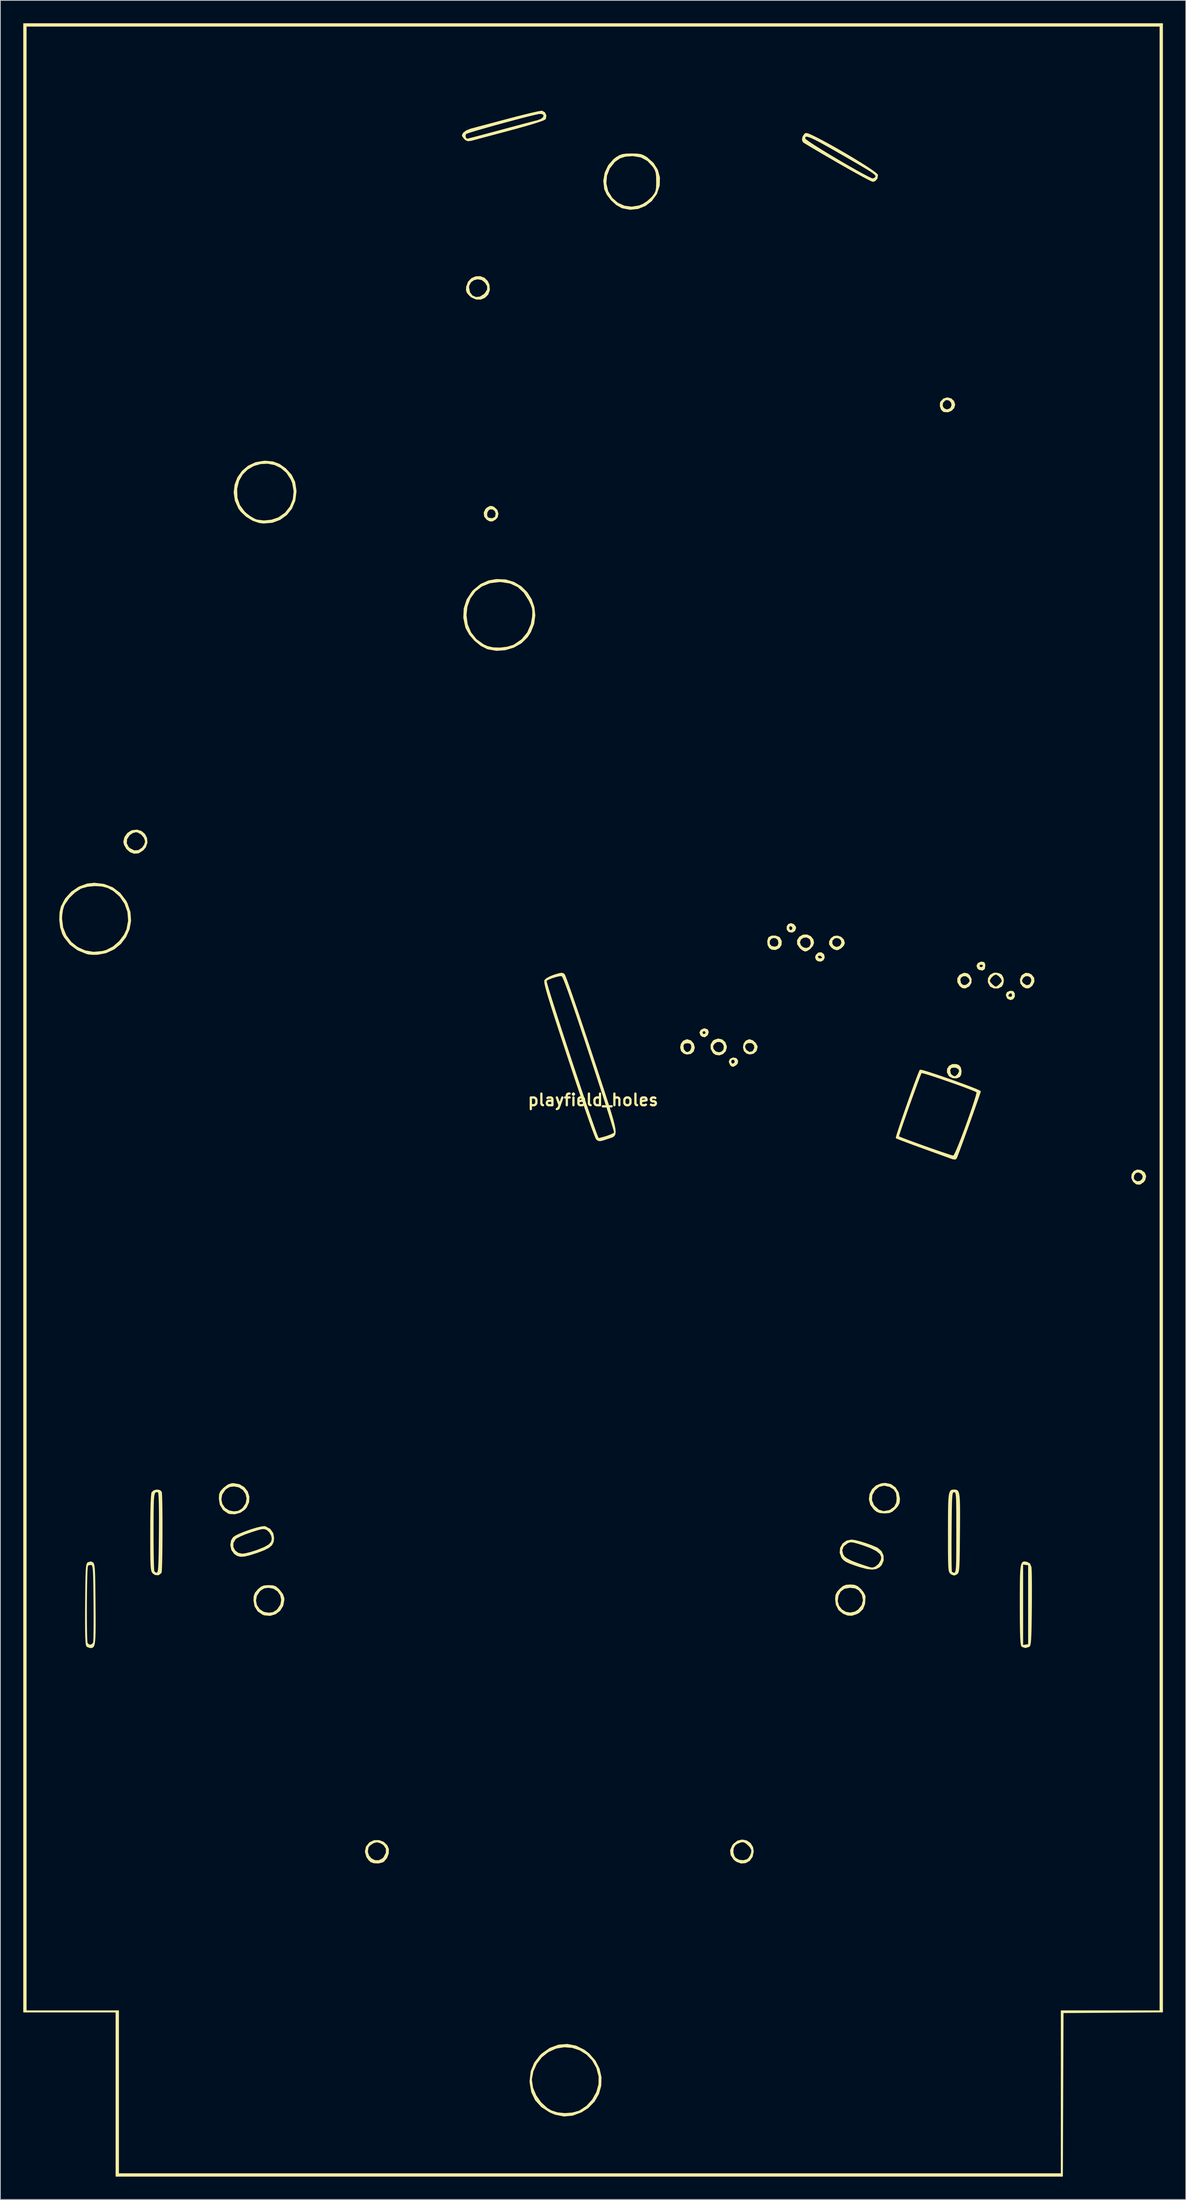
<source format=kicad_pcb>
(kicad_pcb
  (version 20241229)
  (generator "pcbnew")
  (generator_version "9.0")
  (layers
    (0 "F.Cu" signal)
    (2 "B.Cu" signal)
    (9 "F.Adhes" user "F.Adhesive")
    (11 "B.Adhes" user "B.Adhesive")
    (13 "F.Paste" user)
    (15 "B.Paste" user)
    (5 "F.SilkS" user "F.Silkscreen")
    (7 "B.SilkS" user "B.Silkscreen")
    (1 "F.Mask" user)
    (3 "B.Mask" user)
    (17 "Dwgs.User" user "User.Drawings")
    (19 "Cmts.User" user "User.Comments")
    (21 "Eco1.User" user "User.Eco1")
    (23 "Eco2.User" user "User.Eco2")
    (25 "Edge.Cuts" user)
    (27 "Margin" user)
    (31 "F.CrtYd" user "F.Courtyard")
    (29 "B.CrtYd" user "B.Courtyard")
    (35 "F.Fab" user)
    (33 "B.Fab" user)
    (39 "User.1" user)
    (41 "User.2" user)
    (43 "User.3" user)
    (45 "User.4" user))
  (footprint "playfield_holes"
    (layer "F.Cu")
    (at 74.736 141.18)
    (property "Reference" "playfield_holes" (at 0 0 0) (layer "F.SilkS") (effects (font (size 1.524 1.524) (thickness 0.3))))
    (attr through_hole)
    (fp_poly (pts (xy 15.125 -8.906) (xy 15 -8.533) (xy 14.964 -8.487) (xy 14.803 -8.38) (xy 14.803 -8.831) (xy 14.668 -9.054) (xy 14.55 -9.083) (xy 14.327 -8.949) (xy 14.298 -8.831) (xy 14.433 -8.608) (xy 14.55 -8.579) (xy 14.773 -8.713) (xy 14.803 -8.831) (xy 14.803 -8.38) (xy 14.621 -8.259) (xy 14.264 -8.365) (xy 14.118 -8.509) (xy 14.001 -8.85) (xy 14.154 -9.154) (xy 14.514 -9.325) (xy 14.65 -9.336) (xy 14.996 -9.21) (xy 15.125 -8.906)) (stroke (width 0.1) (type solid)) (fill yes) (layer "F.SilkS"))
    (fp_poly (pts (xy 26.577 -22.54) (xy 26.438 -22.185) (xy 26.173 -22.035) (xy 26.173 -22.637) (xy 25.988 -22.818) (xy 25.758 -22.806) (xy 25.663 -22.594) (xy 25.733 -22.328) (xy 25.913 -22.204) (xy 26.12 -22.326) (xy 26.166 -22.387) (xy 26.173 -22.637) (xy 26.173 -22.035) (xy 26.106 -21.997) (xy 25.713 -22.046) (xy 25.69 -22.058) (xy 25.44 -22.359) (xy 25.442 -22.748) (xy 25.642 -23.036) (xy 25.977 -23.132) (xy 26.324 -22.996) (xy 26.551 -22.699) (xy 26.577 -22.54)) (stroke (width 0.1) (type solid)) (fill yes) (layer "F.SilkS"))
    (fp_poly (pts (xy 30.329 -18.651) (xy 30.161 -18.343) (xy 30.068 -18.296) (xy 30.068 -18.714) (xy 29.887 -18.923) (xy 29.633 -18.975) (xy 29.454 -18.855) (xy 29.437 -18.768) (xy 29.579 -18.55) (xy 29.788 -18.503) (xy 30.044 -18.584) (xy 30.068 -18.714) (xy 30.068 -18.296) (xy 29.849 -18.184) (xy 29.488 -18.237) (xy 29.278 -18.408) (xy 29.164 -18.709) (xy 29.263 -18.997) (xy 29.56 -19.283) (xy 29.926 -19.316) (xy 30.232 -19.09) (xy 30.258 -19.046) (xy 30.329 -18.651)) (stroke (width 0.1) (type solid)) (fill yes) (layer "F.SilkS"))
    (fp_poly (pts (xy 18.963 -5.175) (xy 18.943 -4.836) (xy 18.744 -4.597) (xy 18.616 -4.522) (xy 18.616 -5.149) (xy 18.438 -5.321) (xy 18.194 -5.301) (xy 18.148 -5.263) (xy 18.054 -4.998) (xy 18.176 -4.763) (xy 18.335 -4.71) (xy 18.551 -4.832) (xy 18.596 -4.893) (xy 18.616 -5.149) (xy 18.616 -4.522) (xy 18.408 -4.4) (xy 18.174 -4.446) (xy 18.005 -4.618) (xy 17.844 -5.009) (xy 17.975 -5.343) (xy 18.358 -5.518) (xy 18.364 -5.519) (xy 18.754 -5.441) (xy 18.963 -5.175)) (stroke (width 0.1) (type solid)) (fill yes) (layer "F.SilkS"))
    (fp_poly (pts (xy 51.389 -17.578) (xy 51.325 -17.192) (xy 51.187 -17.097) (xy 51.187 -17.576) (xy 51.079 -17.742) (xy 50.926 -17.798) (xy 50.676 -17.733) (xy 50.632 -17.578) (xy 50.749 -17.389) (xy 50.985 -17.371) (xy 51.171 -17.523) (xy 51.187 -17.576) (xy 51.187 -17.097) (xy 51.097 -17.034) (xy 51.038 -17.023) (xy 50.648 -17.102) (xy 50.459 -17.248) (xy 50.336 -17.594) (xy 50.486 -17.901) (xy 50.848 -18.072) (xy 50.987 -18.083) (xy 51.275 -18.025) (xy 51.38 -17.783) (xy 51.389 -17.578)) (stroke (width 0.1) (type solid)) (fill yes) (layer "F.SilkS"))
    (fp_poly (pts (xy 55.267 -13.545) (xy 55.067 -13.253) (xy 55.005 -13.232) (xy 55.005 -13.681) (xy 54.932 -13.966) (xy 54.895 -14.016) (xy 54.7 -14.028) (xy 54.492 -13.866) (xy 54.411 -13.654) (xy 54.428 -13.606) (xy 54.649 -13.465) (xy 54.9 -13.506) (xy 55.005 -13.681) (xy 55.005 -13.232) (xy 54.751 -13.147) (xy 54.412 -13.289) (xy 54.339 -13.365) (xy 54.178 -13.756) (xy 54.309 -14.09) (xy 54.692 -14.265) (xy 54.698 -14.266) (xy 55.072 -14.227) (xy 55.257 -13.963) (xy 55.267 -13.545)) (stroke (width 0.1) (type solid)) (fill yes) (layer "F.SilkS"))
    (fp_poly (pts (xy 72.49 9.995) (xy 72.374 10.488) (xy 72.163 10.766) (xy 72.138 10.781) (xy 72.138 10.001) (xy 71.948 9.656) (xy 71.551 9.456) (xy 71.517 9.45) (xy 71.171 9.54) (xy 70.934 9.838) (xy 70.868 10.221) (xy 70.988 10.516) (xy 71.341 10.718) (xy 71.749 10.661) (xy 72.061 10.387) (xy 72.138 10.001) (xy 72.138 10.781) (xy 71.699 11.061) (xy 71.246 11.021) (xy 70.846 10.679) (xy 70.634 10.198) (xy 70.689 9.734) (xy 70.954 9.367) (xy 71.373 9.177) (xy 71.865 9.234) (xy 72.315 9.549) (xy 72.49 9.995)) (stroke (width 0.1) (type solid)) (fill yes) (layer "F.SilkS"))
    (fp_poly (pts (xy 49.59 -15.869) (xy 49.575 -15.36) (xy 49.418 -15.114) (xy 49.418 -15.528) (xy 49.395 -15.795) (xy 49.228 -16.057) (xy 48.908 -16.274) (xy 48.53 -16.268) (xy 48.222 -16.072) (xy 48.109 -15.758) (xy 48.223 -15.279) (xy 48.513 -15.025) (xy 48.897 -15.036) (xy 49.19 -15.235) (xy 49.418 -15.528) (xy 49.418 -15.114) (xy 49.309 -14.942) (xy 49.249 -14.896) (xy 48.798 -14.665) (xy 48.427 -14.718) (xy 48.109 -14.971) (xy 47.823 -15.442) (xy 47.816 -15.934) (xy 48.087 -16.346) (xy 48.146 -16.391) (xy 48.662 -16.629) (xy 49.101 -16.549) (xy 49.344 -16.345) (xy 49.59 -15.869)) (stroke (width 0.1) (type solid)) (fill yes) (layer "F.SilkS"))
    (fp_poly (pts (xy 57.832 -15.511) (xy 57.584 -15.031) (xy 57.528 -14.971) (xy 57.528 -15.758) (xy 57.393 -16.097) (xy 57.073 -16.277) (xy 56.695 -16.264) (xy 56.409 -16.057) (xy 56.21 -15.713) (xy 56.258 -15.454) (xy 56.447 -15.235) (xy 56.845 -14.99) (xy 57.218 -15.08) (xy 57.327 -15.173) (xy 57.49 -15.495) (xy 57.528 -15.758) (xy 57.528 -14.971) (xy 57.139 -14.685) (xy 56.761 -14.688) (xy 56.388 -14.896) (xy 56.088 -15.288) (xy 56.028 -15.786) (xy 56.213 -16.255) (xy 56.322 -16.375) (xy 56.744 -16.623) (xy 57.182 -16.57) (xy 57.491 -16.391) (xy 57.8 -15.998) (xy 57.832 -15.511)) (stroke (width 0.1) (type solid)) (fill yes) (layer "F.SilkS"))
    (fp_poly (pts (xy -12.46 -76.866) (xy -12.567 -76.403) (xy -12.723 -76.231) (xy -12.723 -76.89) (xy -12.86 -77.248) (xy -13.148 -77.473) (xy -13.509 -77.487) (xy -13.717 -77.371) (xy -13.908 -77.064) (xy -13.952 -76.682) (xy -13.844 -76.379) (xy -13.751 -76.311) (xy -13.248 -76.22) (xy -12.885 -76.381) (xy -12.814 -76.476) (xy -12.723 -76.89) (xy -12.723 -76.231) (xy -12.812 -76.132) (xy -13.225 -75.903) (xy -13.567 -75.919) (xy -13.924 -76.125) (xy -14.243 -76.523) (xy -14.293 -77.006) (xy -14.08 -77.463) (xy -13.858 -77.658) (xy -13.509 -77.843) (xy -13.222 -77.821) (xy -12.975 -77.699) (xy -12.6 -77.335) (xy -12.46 -76.866)) (stroke (width 0.1) (type solid)) (fill yes) (layer "F.SilkS"))
    (fp_poly (pts (xy 13.289 -6.862) (xy 13.149 -6.378) (xy 12.923 -6.188) (xy 12.923 -7.098) (xy 12.806 -7.383) (xy 12.501 -7.481) (xy 12.364 -7.485) (xy 11.984 -7.427) (xy 11.824 -7.202) (xy 11.804 -7.098) (xy 11.857 -6.66) (xy 12.089 -6.329) (xy 12.364 -6.224) (xy 12.642 -6.342) (xy 12.776 -6.467) (xy 12.916 -6.821) (xy 12.923 -7.098) (xy 12.923 -6.188) (xy 12.789 -6.076) (xy 12.298 -6.004) (xy 11.925 -6.116) (xy 11.582 -6.44) (xy 11.469 -6.882) (xy 11.562 -7.34) (xy 11.834 -7.714) (xy 12.262 -7.9) (xy 12.364 -7.906) (xy 12.817 -7.755) (xy 13.156 -7.372) (xy 13.289 -6.862)) (stroke (width 0.1) (type solid)) (fill yes) (layer "F.SilkS"))
    (fp_poly (pts (xy 17.494 -6.911) (xy 17.358 -6.41) (xy 17.195 -6.244) (xy 17.195 -7.075) (xy 17.004 -7.443) (xy 16.66 -7.651) (xy 16.251 -7.642) (xy 15.902 -7.408) (xy 15.693 -7.086) (xy 15.735 -6.752) (xy 15.782 -6.644) (xy 16.075 -6.318) (xy 16.484 -6.201) (xy 16.883 -6.296) (xy 17.147 -6.602) (xy 17.195 -7.075) (xy 17.195 -6.244) (xy 17.012 -6.057) (xy 16.554 -5.893) (xy 16.079 -5.957) (xy 15.769 -6.182) (xy 15.473 -6.711) (xy 15.463 -7.25) (xy 15.733 -7.709) (xy 15.888 -7.832) (xy 16.405 -8.002) (xy 16.903 -7.893) (xy 17.293 -7.557) (xy 17.487 -7.044) (xy 17.494 -6.911)) (stroke (width 0.1) (type solid)) (fill yes) (layer "F.SilkS"))
    (fp_poly (pts (xy 21.531 -6.929) (xy 21.389 -6.433) (xy 21.195 -6.26) (xy 21.195 -6.808) (xy 21.145 -7.198) (xy 20.868 -7.468) (xy 20.772 -7.501) (xy 20.292 -7.504) (xy 19.976 -7.292) (xy 19.878 -6.95) (xy 20.051 -6.557) (xy 20.113 -6.488) (xy 20.511 -6.243) (xy 20.885 -6.333) (xy 20.993 -6.426) (xy 21.195 -6.808) (xy 21.195 -6.26) (xy 21.026 -6.108) (xy 20.538 -6.013) (xy 20.167 -6.116) (xy 19.826 -6.437) (xy 19.704 -6.879) (xy 19.778 -7.338) (xy 20.03 -7.713) (xy 20.436 -7.9) (xy 20.534 -7.906) (xy 20.933 -7.769) (xy 21.303 -7.44) (xy 21.516 -7.045) (xy 21.531 -6.929)) (stroke (width 0.1) (type solid)) (fill yes) (layer "F.SilkS"))
    (fp_poly (pts (xy 24.698 -20.821) (xy 24.661 -20.322) (xy 24.42 -19.959) (xy 24.359 -19.928) (xy 24.359 -20.553) (xy 24.283 -20.973) (xy 24.013 -21.228) (xy 23.655 -21.293) (xy 23.316 -21.146) (xy 23.122 -20.835) (xy 23.134 -20.422) (xy 23.401 -20.132) (xy 23.847 -20.048) (xy 23.872 -20.051) (xy 24.219 -20.182) (xy 24.356 -20.527) (xy 24.359 -20.553) (xy 24.359 -19.928) (xy 23.939 -19.711) (xy 23.438 -19.751) (xy 23.141 -19.945) (xy 22.933 -20.339) (xy 22.889 -20.832) (xy 23.017 -21.253) (xy 23.079 -21.329) (xy 23.455 -21.503) (xy 23.946 -21.502) (xy 24.381 -21.335) (xy 24.463 -21.267) (xy 24.698 -20.821)) (stroke (width 0.1) (type solid)) (fill yes) (layer "F.SilkS"))
    (fp_poly (pts (xy 32.97 -20.569) (xy 32.833 -20.244) (xy 32.622 -20.034) (xy 32.622 -20.585) (xy 32.554 -20.94) (xy 32.295 -21.201) (xy 31.917 -21.284) (xy 31.624 -21.195) (xy 31.349 -20.9) (xy 31.319 -20.531) (xy 31.501 -20.2) (xy 31.862 -20.024) (xy 31.96 -20.017) (xy 32.313 -20.129) (xy 32.431 -20.219) (xy 32.622 -20.585) (xy 32.622 -20.034) (xy 32.507 -19.92) (xy 32.123 -19.709) (xy 31.96 -19.681) (xy 31.594 -19.795) (xy 31.287 -20.017) (xy 31.002 -20.407) (xy 31.005 -20.784) (xy 31.213 -21.157) (xy 31.591 -21.452) (xy 32.057 -21.504) (xy 32.51 -21.345) (xy 32.847 -21.01) (xy 32.97 -20.569)) (stroke (width 0.1) (type solid)) (fill yes) (layer "F.SilkS"))
    (fp_poly (pts (xy 47.441 -91.163) (xy 47.311 -90.737) (xy 47.071 -90.489) (xy 47.071 -91.117) (xy 46.98 -91.484) (xy 46.721 -91.75) (xy 46.368 -91.828) (xy 46.132 -91.741) (xy 45.846 -91.411) (xy 45.802 -91.02) (xy 45.973 -90.681) (xy 46.333 -90.504) (xy 46.426 -90.498) (xy 46.782 -90.619) (xy 46.924 -90.742) (xy 47.071 -91.117) (xy 47.071 -90.489) (xy 46.984 -90.399) (xy 46.53 -90.215) (xy 46.016 -90.254) (xy 45.953 -90.277) (xy 45.68 -90.541) (xy 45.529 -90.973) (xy 45.547 -91.411) (xy 45.589 -91.514) (xy 45.967 -91.926) (xy 46.454 -92.072) (xy 46.947 -91.948) (xy 47.307 -91.608) (xy 47.441 -91.163)) (stroke (width 0.1) (type solid)) (fill yes) (layer "F.SilkS"))
    (fp_poly (pts (xy 48.28 -3.795) (xy 48.228 -3.333) (xy 48.075 -3.061) (xy 48.059 -3.054) (xy 48.059 -3.757) (xy 47.954 -4.075) (xy 47.59 -4.264) (xy 47.333 -4.289) (xy 46.964 -4.227) (xy 46.809 -3.986) (xy 46.789 -3.878) (xy 46.866 -3.437) (xy 47.031 -3.248) (xy 47.344 -3.06) (xy 47.577 -3.098) (xy 47.865 -3.374) (xy 48.059 -3.757) (xy 48.059 -3.054) (xy 47.688 -2.882) (xy 47.2 -2.9) (xy 46.771 -3.103) (xy 46.705 -3.167) (xy 46.455 -3.629) (xy 46.48 -4.073) (xy 46.722 -4.435) (xy 47.123 -4.652) (xy 47.626 -4.658) (xy 47.951 -4.536) (xy 48.184 -4.246) (xy 48.28 -3.795)) (stroke (width 0.1) (type solid)) (fill yes) (layer "F.SilkS"))
    (fp_poly (pts (xy 28.932 -20.618) (xy 28.795 -20.229) (xy 28.596 -19.997) (xy 28.596 -20.606) (xy 28.505 -20.992) (xy 28.394 -21.161) (xy 28.004 -21.359) (xy 27.577 -21.315) (xy 27.231 -21.076) (xy 27.082 -20.684) (xy 27.082 -20.668) (xy 27.218 -20.25) (xy 27.549 -19.967) (xy 27.965 -19.87) (xy 28.353 -20.013) (xy 28.394 -20.051) (xy 28.563 -20.379) (xy 28.596 -20.606) (xy 28.596 -19.997) (xy 28.461 -19.84) (xy 28.052 -19.569) (xy 27.809 -19.513) (xy 27.536 -19.624) (xy 27.19 -19.894) (xy 27.159 -19.925) (xy 26.811 -20.434) (xy 26.799 -20.928) (xy 27.082 -21.363) (xy 27.553 -21.635) (xy 28.068 -21.644) (xy 28.531 -21.428) (xy 28.848 -21.026) (xy 28.932 -20.618)) (stroke (width 0.1) (type solid)) (fill yes) (layer "F.SilkS"))
    (fp_poly (pts (xy 53.828 -15.644) (xy 53.738 -15.194) (xy 53.66 -15.061) (xy 53.66 -15.606) (xy 53.534 -15.929) (xy 53.243 -16.261) (xy 52.917 -16.467) (xy 52.819 -16.485) (xy 52.509 -16.354) (xy 52.191 -16.05) (xy 51.994 -15.709) (xy 51.977 -15.606) (xy 52.096 -15.381) (xy 52.368 -15.092) (xy 52.664 -14.863) (xy 52.819 -14.803) (xy 53.051 -14.911) (xy 53.323 -15.139) (xy 53.569 -15.427) (xy 53.66 -15.606) (xy 53.66 -15.061) (xy 53.563 -14.899) (xy 53.128 -14.674) (xy 52.604 -14.67) (xy 52.149 -14.882) (xy 52.088 -14.942) (xy 51.826 -15.434) (xy 51.839 -15.939) (xy 52.09 -16.363) (xy 52.538 -16.618) (xy 52.819 -16.653) (xy 53.268 -16.563) (xy 53.563 -16.389) (xy 53.762 -16.027) (xy 53.828 -15.644)) (stroke (width 0.1) (type solid)) (fill yes) (layer "F.SilkS"))
    (fp_poly (pts (xy -13.589 -106.201) (xy -13.797 -105.634) (xy -13.849 -105.58) (xy -13.849 -106.704) (xy -14.142 -107.212) (xy -14.589 -107.558) (xy -15.118 -107.658) (xy -15.639 -107.541) (xy -16.061 -107.233) (xy -16.296 -106.763) (xy -16.317 -106.551) (xy -16.188 -105.891) (xy -15.85 -105.444) (xy -15.371 -105.236) (xy -14.822 -105.293) (xy -14.271 -105.642) (xy -14.172 -105.744) (xy -13.854 -106.233) (xy -13.849 -106.704) (xy -13.849 -105.58) (xy -14.2 -105.221) (xy -14.734 -104.998) (xy -15.334 -105.002) (xy -15.935 -105.267) (xy -16.182 -105.477) (xy -16.51 -105.856) (xy -16.626 -106.193) (xy -16.595 -106.612) (xy -16.359 -107.261) (xy -15.935 -107.708) (xy -15.399 -107.947) (xy -14.824 -107.972) (xy -14.283 -107.774) (xy -13.85 -107.347) (xy -13.643 -106.885) (xy -13.589 -106.201)) (stroke (width 0.1) (type solid)) (fill yes) (layer "F.SilkS"))
    (fp_poly (pts (xy 74.686 119.595) (xy 74.35 119.597) (xy 74.35 119.43) (xy 74.35 -10.681) (xy 74.35 -140.793) (xy 0 -140.793) (xy -74.35 -140.793) (xy -74.35 -10.681) (xy -74.35 119.43) (xy -68.294 119.43) (xy -62.238 119.43) (xy -62.238 130.112) (xy -62.238 140.793) (xy -0.421 140.793) (xy 61.397 140.793) (xy 61.397 130.112) (xy 61.397 119.43) (xy 67.874 119.43) (xy 74.35 119.43) (xy 74.35 119.597) (xy 68.168 119.639) (xy 61.65 119.683) (xy 61.606 130.406) (xy 61.563 141.13) (xy -0.506 141.13) (xy -62.575 141.13) (xy -62.575 130.364) (xy -62.575 119.599) (xy -68.63 119.599) (xy -74.686 119.599) (xy -74.686 -10.766) (xy -74.686 -141.13) (xy 0 -141.13) (xy 74.686 -141.13) (xy 74.686 -10.768) (xy 74.686 119.595)) (stroke (width 0.1) (type solid)) (fill yes) (layer "F.SilkS"))
    (fp_poly (pts (xy -58.498 -33.735) (xy -58.704 -33.15) (xy -58.706 -33.147) (xy -58.706 -33.895) (xy -58.852 -34.38) (xy -59.218 -34.821) (xy -59.692 -35.106) (xy -59.968 -35.156) (xy -60.387 -35.04) (xy -60.802 -34.758) (xy -60.816 -34.743) (xy -61.165 -34.207) (xy -61.211 -33.648) (xy -60.955 -33.14) (xy -60.786 -32.982) (xy -60.195 -32.678) (xy -59.626 -32.709) (xy -59.119 -33.046) (xy -58.832 -33.456) (xy -58.706 -33.879) (xy -58.706 -33.895) (xy -58.706 -33.147) (xy -59.028 -32.765) (xy -59.61 -32.389) (xy -60.185 -32.335) (xy -60.706 -32.531) (xy -61.16 -32.927) (xy -61.475 -33.466) (xy -61.56 -33.861) (xy -61.421 -34.449) (xy -61.044 -34.973) (xy -60.52 -35.309) (xy -60.499 -35.316) (xy -59.82 -35.398) (xy -59.243 -35.216) (xy -58.805 -34.834) (xy -58.544 -34.319) (xy -58.498 -33.735)) (stroke (width 0.1) (type solid)) (fill yes) (layer "F.SilkS"))
    (fp_poly (pts (xy 21.021 98.522) (xy 20.88 99.218) (xy 20.804 99.325) (xy 20.804 98.352) (xy 20.645 98.026) (xy 20.367 97.718) (xy 19.977 97.383) (xy 19.657 97.272) (xy 19.382 97.307) (xy 18.923 97.491) (xy 18.629 97.686) (xy 18.391 98.102) (xy 18.348 98.646) (xy 18.498 99.172) (xy 18.672 99.413) (xy 19.123 99.673) (xy 19.675 99.742) (xy 20.182 99.618) (xy 20.399 99.455) (xy 20.644 99.063) (xy 20.778 98.703) (xy 20.804 98.352) (xy 20.804 99.325) (xy 20.517 99.728) (xy 20.002 100.022) (xy 19.406 100.071) (xy 18.799 99.844) (xy 18.49 99.594) (xy 18.088 99.009) (xy 18.02 98.397) (xy 18.288 97.767) (xy 18.434 97.576) (xy 18.962 97.164) (xy 19.553 97.029) (xy 20.131 97.141) (xy 20.619 97.473) (xy 20.938 97.996) (xy 21.021 98.522)) (stroke (width 0.1) (type solid)) (fill yes) (layer "F.SilkS"))
    (fp_poly (pts (xy -26.832 98.226) (xy -26.847 98.802) (xy -27.077 99.388) (xy -27.124 99.444) (xy -27.124 98.709) (xy -27.137 98.147) (xy -27.454 97.675) (xy -27.899 97.405) (xy -28.328 97.288) (xy -28.721 97.376) (xy -28.895 97.459) (xy -29.273 97.717) (xy -29.497 97.982) (xy -29.501 97.991) (xy -29.591 98.586) (xy -29.43 99.102) (xy -29.087 99.496) (xy -28.628 99.725) (xy -28.122 99.746) (xy -27.635 99.516) (xy -27.431 99.306) (xy -27.124 98.709) (xy -27.124 99.444) (xy -27.456 99.834) (xy -27.577 99.913) (xy -28.116 100.062) (xy -28.727 100.044) (xy -29.143 99.904) (xy -29.424 99.638) (xy -29.695 99.234) (xy -29.7 99.224) (xy -29.877 98.558) (xy -29.742 97.921) (xy -29.317 97.397) (xy -28.723 97.114) (xy -28.085 97.098) (xy -27.493 97.32) (xy -27.038 97.749) (xy -26.832 98.226)) (stroke (width 0.1) (type solid)) (fill yes) (layer "F.SilkS"))
    (fp_poly (pts (xy -45.127 52.027) (xy -45.162 52.73) (xy -45.396 53.245) (xy -45.396 52.258) (xy -45.535 51.634) (xy -45.897 51.107) (xy -46.453 50.749) (xy -47.099 50.632) (xy -47.673 50.703) (xy -48.124 50.969) (xy -48.29 51.123) (xy -48.688 51.722) (xy -48.803 52.37) (xy -48.664 52.993) (xy -48.302 53.521) (xy -47.746 53.878) (xy -47.099 53.996) (xy -46.526 53.925) (xy -46.074 53.659) (xy -45.909 53.504) (xy -45.511 52.905) (xy -45.396 52.258) (xy -45.396 53.245) (xy -45.471 53.409) (xy -45.715 53.698) (xy -46.29 54.084) (xy -46.982 54.278) (xy -47.652 54.249) (xy -47.856 54.181) (xy -48.509 53.725) (xy -48.909 53.061) (xy -49.034 52.287) (xy -49.005 51.747) (xy -48.872 51.377) (xy -48.564 51.019) (xy -48.405 50.871) (xy -47.887 50.475) (xy -47.406 50.31) (xy -47.17 50.295) (xy -46.388 50.436) (xy -45.768 50.815) (xy -45.338 51.367) (xy -45.127 52.027)) (stroke (width 0.1) (type solid)) (fill yes) (layer "F.SilkS"))
    (fp_poly (pts (xy 35.68 65.123) (xy 35.628 66.053) (xy 35.443 66.53) (xy 35.443 65.589) (xy 35.302 64.888) (xy 35.254 64.787) (xy 34.877 64.268) (xy 34.369 63.995) (xy 33.691 63.921) (xy 32.957 64.046) (xy 32.435 64.43) (xy 32.129 65.012) (xy 32.038 65.726) (xy 32.216 66.351) (xy 32.602 66.844) (xy 33.135 67.164) (xy 33.752 67.269) (xy 34.395 67.116) (xy 34.801 66.854) (xy 35.271 66.268) (xy 35.443 65.589) (xy 35.443 66.53) (xy 35.361 66.742) (xy 34.865 67.224) (xy 34.539 67.392) (xy 33.929 67.585) (xy 33.411 67.565) (xy 32.835 67.34) (xy 32.237 66.87) (xy 31.888 66.18) (xy 31.792 65.426) (xy 31.845 64.914) (xy 32.053 64.503) (xy 32.364 64.156) (xy 32.787 63.789) (xy 33.189 63.622) (xy 33.726 63.584) (xy 34.275 63.625) (xy 34.675 63.795) (xy 35.089 64.156) (xy 35.436 64.579) (xy 35.65 64.984) (xy 35.68 65.123)) (stroke (width 0.1) (type solid)) (fill yes) (layer "F.SilkS"))
    (fp_poly (pts (xy 40.2 52.373) (xy 40.14 52.868) (xy 39.906 53.289) (xy 39.866 53.333) (xy 39.866 52.23) (xy 39.772 51.519) (xy 39.46 51.027) (xy 38.91 50.692) (xy 38.163 50.529) (xy 37.493 50.693) (xy 36.927 51.162) (xy 36.574 51.809) (xy 36.532 52.496) (xy 36.802 53.149) (xy 36.862 53.23) (xy 37.446 53.763) (xy 38.099 53.967) (xy 38.811 53.842) (xy 39.029 53.742) (xy 39.543 53.355) (xy 39.807 52.819) (xy 39.866 52.23) (xy 39.866 53.333) (xy 39.631 53.592) (xy 39.223 53.95) (xy 38.84 54.118) (xy 38.314 54.164) (xy 38.219 54.164) (xy 37.632 54.123) (xy 37.214 53.963) (xy 36.869 53.688) (xy 36.403 53.06) (xy 36.224 52.373) (xy 36.303 51.691) (xy 36.615 51.077) (xy 37.133 50.596) (xy 37.829 50.312) (xy 38.314 50.262) (xy 39.043 50.415) (xy 39.632 50.838) (xy 40.033 51.478) (xy 40.198 52.283) (xy 40.2 52.373)) (stroke (width 0.1) (type solid)) (fill yes) (layer "F.SilkS"))
    (fp_poly (pts (xy -40.539 65.532) (xy -40.685 66.311) (xy -40.854 66.584) (xy -40.854 65.547) (xy -40.993 64.923) (xy -41.355 64.396) (xy -41.911 64.038) (xy -42.558 63.921) (xy -43.131 63.991) (xy -43.583 64.258) (xy -43.748 64.412) (xy -44.146 65.011) (xy -44.261 65.659) (xy -44.122 66.282) (xy -43.76 66.809) (xy -43.204 67.167) (xy -42.558 67.285) (xy -41.984 67.214) (xy -41.533 66.948) (xy -41.367 66.793) (xy -40.969 66.194) (xy -40.854 65.547) (xy -40.854 66.584) (xy -41.078 66.945) (xy -41.656 67.39) (xy -42.353 67.601) (xy -43.106 67.534) (xy -43.315 67.461) (xy -43.955 67.026) (xy -44.358 66.376) (xy -44.492 65.592) (xy -44.455 65.032) (xy -44.3 64.636) (xy -43.958 64.234) (xy -43.942 64.218) (xy -43.548 63.875) (xy -43.167 63.713) (xy -42.638 63.669) (xy -42.541 63.668) (xy -41.996 63.696) (xy -41.625 63.827) (xy -41.269 64.132) (xy -41.115 64.297) (xy -40.719 64.815) (xy -40.554 65.296) (xy -40.539 65.532)) (stroke (width 0.1) (type solid)) (fill yes) (layer "F.SilkS"))
    (fp_poly (pts (xy 57.507 64.031) (xy 57.506 65.198) (xy 57.498 66.458) (xy 57.496 66.66) (xy 57.478 68.095) (xy 57.458 69.228) (xy 57.433 70.096) (xy 57.402 70.733) (xy 57.361 71.174) (xy 57.309 71.455) (xy 57.244 71.61) (xy 57.192 71.662) (xy 57.108 71.689) (xy 57.108 71.406) (xy 57.108 66.191) (xy 57.108 60.977) (xy 56.729 60.923) (xy 56.351 60.869) (xy 56.351 66.191) (xy 56.351 71.513) (xy 56.729 71.46) (xy 57.108 71.406) (xy 57.108 71.689) (xy 56.71 71.816) (xy 56.284 71.683) (xy 56.216 71.625) (xy 56.155 71.463) (xy 56.106 71.096) (xy 56.068 70.502) (xy 56.041 69.655) (xy 56.024 68.533) (xy 56.016 67.112) (xy 56.015 66.178) (xy 56.016 64.633) (xy 56.023 63.392) (xy 56.042 62.424) (xy 56.077 61.698) (xy 56.134 61.18) (xy 56.218 60.841) (xy 56.335 60.647) (xy 56.488 60.567) (xy 56.685 60.57) (xy 56.93 60.623) (xy 56.93 60.623) (xy 57.271 60.823) (xy 57.443 61.256) (xy 57.446 61.273) (xy 57.47 61.579) (xy 57.489 62.173) (xy 57.502 63.007) (xy 57.507 64.031)) (stroke (width 0.1) (type solid)) (fill yes) (layer "F.SilkS"))
    (fp_poly (pts (xy -41.885 57.444) (xy -41.942 57.943) (xy -42.094 58.244) (xy -42.094 57.552) (xy -42.162 57.148) (xy -42.417 56.672) (xy -42.765 56.358) (xy -42.99 56.253) (xy -43.228 56.215) (xy -43.553 56.255) (xy -44.038 56.384) (xy -44.754 56.611) (xy -44.91 56.662) (xy -45.651 56.927) (xy -46.297 57.201) (xy -46.764 57.444) (xy -46.936 57.573) (xy -47.223 58.084) (xy -47.229 58.62) (xy -46.993 59.096) (xy -46.554 59.433) (xy -46.008 59.547) (xy -45.59 59.49) (xy -44.969 59.337) (xy -44.257 59.117) (xy -43.988 59.023) (xy -43.102 58.665) (xy -42.515 58.325) (xy -42.19 57.965) (xy -42.094 57.552) (xy -42.094 58.244) (xy -42.145 58.345) (xy -42.538 58.688) (xy -43.168 59.011) (xy -44.081 59.353) (xy -44.156 59.379) (xy -45.076 59.67) (xy -45.754 59.826) (xy -46.259 59.85) (xy -46.655 59.744) (xy -47.01 59.51) (xy -47.044 59.481) (xy -47.399 58.983) (xy -47.532 58.371) (xy -47.434 57.766) (xy -47.179 57.365) (xy -46.851 57.146) (xy -46.298 56.883) (xy -45.605 56.607) (xy -44.855 56.344) (xy -44.131 56.125) (xy -43.518 55.977) (xy -43.098 55.929) (xy -43.012 55.941) (xy -42.371 56.286) (xy -41.989 56.838) (xy -41.885 57.444)) (stroke (width 0.1) (type solid)) (fill yes) (layer "F.SilkS"))
    (fp_poly (pts (xy 38.063 60.373) (xy 37.848 60.891) (xy 37.848 59.969) (xy 37.68 59.538) (xy 37.177 59.114) (xy 36.338 58.695) (xy 35.462 58.375) (xy 34.715 58.137) (xy 34.209 57.999) (xy 33.868 57.951) (xy 33.615 57.982) (xy 33.373 58.083) (xy 33.338 58.101) (xy 32.831 58.51) (xy 32.632 59.024) (xy 32.749 59.591) (xy 32.949 59.9) (xy 33.296 60.166) (xy 33.918 60.476) (xy 34.763 60.803) (xy 34.841 60.83) (xy 35.602 61.091) (xy 36.112 61.259) (xy 36.44 61.344) (xy 36.656 61.36) (xy 36.828 61.317) (xy 37.025 61.229) (xy 37.064 61.211) (xy 37.482 60.867) (xy 37.774 60.354) (xy 37.848 59.969) (xy 37.848 60.891) (xy 37.824 60.948) (xy 37.552 61.233) (xy 37.132 61.46) (xy 36.602 61.536) (xy 35.911 61.457) (xy 35.007 61.219) (xy 34.428 61.029) (xy 33.673 60.753) (xy 33.169 60.517) (xy 32.841 60.278) (xy 32.615 59.994) (xy 32.613 59.991) (xy 32.389 59.359) (xy 32.45 58.736) (xy 32.753 58.199) (xy 33.255 57.827) (xy 33.875 57.697) (xy 34.345 57.759) (xy 35.018 57.925) (xy 35.787 58.162) (xy 36.547 58.435) (xy 37.192 58.714) (xy 37.293 58.764) (xy 37.787 59.185) (xy 38.047 59.753) (xy 38.063 60.373)) (stroke (width 0.1) (type solid)) (fill yes) (layer "F.SilkS"))
    (fp_poly (pts (xy 1.051 128.148) (xy 1.021 129.259) (xy 0.776 130.131) (xy 0.776 128.044) (xy 0.468 126.888) (xy -0.084 125.915) (xy -0.833 125.14) (xy -1.731 124.579) (xy -2.732 124.248) (xy -3.787 124.164) (xy -4.85 124.342) (xy -5.872 124.799) (xy -6.752 125.494) (xy -7.426 126.363) (xy -7.882 127.364) (xy -8.072 128.386) (xy -8.074 128.514) (xy -7.919 129.539) (xy -7.49 130.555) (xy -6.84 131.478) (xy -6.023 132.223) (xy -5.499 132.538) (xy -4.672 132.803) (xy -3.693 132.899) (xy -2.703 132.826) (xy -1.84 132.585) (xy -1.749 132.543) (xy -0.831 131.931) (xy -0.079 131.099) (xy 0.466 130.121) (xy 0.764 129.07) (xy 0.776 128.044) (xy 0.776 130.131) (xy 0.721 130.328) (xy 0.157 131.308) (xy -0.663 132.148) (xy -1.547 132.709) (xy -2.704 133.139) (xy -3.826 133.242) (xy -4.957 133.016) (xy -5.686 132.709) (xy -6.764 132.012) (xy -7.554 131.142) (xy -8.055 130.1) (xy -8.266 128.887) (xy -8.274 128.62) (xy -8.132 127.374) (xy -7.686 126.27) (xy -6.93 125.291) (xy -6.689 125.062) (xy -5.656 124.338) (xy -4.544 123.927) (xy -3.397 123.83) (xy -2.258 124.047) (xy -1.171 124.578) (xy -0.544 125.062) (xy 0.275 126) (xy 0.805 127.045) (xy 1.051 128.148)) (stroke (width 0.1) (type solid)) (fill yes) (layer "F.SilkS"))
    (fp_poly (pts (xy -38.954 -79.732) (xy -39.106 -78.576) (xy -39.224 -78.299) (xy -39.224 -79.807) (xy -39.412 -80.877) (xy -39.597 -81.35) (xy -40.172 -82.245) (xy -40.911 -82.892) (xy -41.764 -83.298) (xy -42.681 -83.474) (xy -43.612 -83.428) (xy -44.506 -83.169) (xy -45.315 -82.707) (xy -45.986 -82.05) (xy -46.471 -81.207) (xy -46.72 -80.188) (xy -46.731 -80.064) (xy -46.688 -78.941) (xy -46.37 -77.986) (xy -45.758 -77.153) (xy -45.482 -76.891) (xy -44.952 -76.489) (xy -44.401 -76.171) (xy -44.107 -76.055) (xy -43.175 -75.935) (xy -42.171 -76.037) (xy -41.262 -76.343) (xy -41.24 -76.354) (xy -40.358 -76.979) (xy -39.716 -77.801) (xy -39.331 -78.763) (xy -39.224 -79.807) (xy -39.224 -78.299) (xy -39.535 -77.564) (xy -40.201 -76.729) (xy -41.062 -76.106) (xy -42.076 -75.73) (xy -43.203 -75.634) (xy -43.772 -75.698) (xy -44.624 -75.986) (xy -45.468 -76.506) (xy -46.182 -77.173) (xy -46.474 -77.569) (xy -46.933 -78.597) (xy -47.089 -79.647) (xy -46.969 -80.672) (xy -46.599 -81.625) (xy -46.006 -82.458) (xy -45.217 -83.124) (xy -44.257 -83.575) (xy -43.154 -83.763) (xy -43.015 -83.766) (xy -42.006 -83.676) (xy -41.159 -83.366) (xy -40.344 -82.788) (xy -40.307 -82.755) (xy -39.567 -81.939) (xy -39.127 -81.026) (xy -38.957 -79.952) (xy -38.954 -79.732)) (stroke (width 0.1) (type solid)) (fill yes) (layer "F.SilkS"))
    (fp_poly (pts (xy -7.627 -63.544) (xy -7.774 -62.437) (xy -7.916 -62.077) (xy -7.916 -63.981) (xy -7.969 -64.461) (xy -8.134 -64.953) (xy -8.389 -65.5) (xy -9.053 -66.546) (xy -9.875 -67.298) (xy -10.869 -67.762) (xy -12.049 -67.949) (xy -12.316 -67.954) (xy -13.546 -67.8) (xy -14.611 -67.368) (xy -15.483 -66.686) (xy -16.132 -65.784) (xy -16.531 -64.69) (xy -16.651 -63.575) (xy -16.497 -62.367) (xy -16.05 -61.293) (xy -15.335 -60.392) (xy -14.38 -59.702) (xy -13.847 -59.46) (xy -13.088 -59.292) (xy -12.174 -59.269) (xy -11.25 -59.381) (xy -10.462 -59.62) (xy -10.345 -59.675) (xy -9.345 -60.368) (xy -8.598 -61.275) (xy -8.122 -62.371) (xy -7.945 -63.366) (xy -7.916 -63.981) (xy -7.916 -62.077) (xy -8.206 -61.347) (xy -8.63 -60.695) (xy -9.423 -59.919) (xy -10.417 -59.352) (xy -11.533 -59.018) (xy -12.691 -58.94) (xy -13.814 -59.141) (xy -13.877 -59.162) (xy -14.712 -59.588) (xy -15.518 -60.242) (xy -16.201 -61.03) (xy -16.664 -61.857) (xy -16.707 -61.975) (xy -16.973 -63.23) (xy -16.916 -64.449) (xy -16.546 -65.593) (xy -15.87 -66.624) (xy -15.677 -66.836) (xy -14.745 -67.606) (xy -13.704 -68.073) (xy -12.686 -68.253) (xy -11.47 -68.203) (xy -10.38 -67.874) (xy -9.44 -67.31) (xy -8.672 -66.553) (xy -8.099 -65.645) (xy -7.743 -64.628) (xy -7.627 -63.544)) (stroke (width 0.1) (type solid)) (fill yes) (layer "F.SilkS"))
    (fp_poly (pts (xy -60.644 -23.494) (xy -60.841 -22.391) (xy -60.931 -22.188) (xy -60.931 -23.517) (xy -61.023 -24.656) (xy -61.398 -25.726) (xy -62.03 -26.67) (xy -62.895 -27.434) (xy -63.663 -27.848) (xy -64.426 -28.041) (xy -65.348 -28.092) (xy -66.284 -28.005) (xy -67.091 -27.785) (xy -67.198 -27.739) (xy -67.986 -27.229) (xy -68.723 -26.511) (xy -69.292 -25.704) (xy -69.43 -25.423) (xy -69.577 -24.908) (xy -69.674 -24.236) (xy -69.697 -23.784) (xy -69.552 -22.605) (xy -69.129 -21.563) (xy -68.474 -20.689) (xy -67.628 -20.013) (xy -66.633 -19.565) (xy -65.534 -19.375) (xy -64.372 -19.474) (xy -63.83 -19.625) (xy -62.94 -20.084) (xy -62.127 -20.788) (xy -61.48 -21.645) (xy -61.148 -22.363) (xy -60.931 -23.517) (xy -60.931 -22.188) (xy -61.292 -21.374) (xy -61.968 -20.488) (xy -62.843 -19.78) (xy -63.892 -19.295) (xy -64.984 -19.086) (xy -65.601 -19.076) (xy -66.165 -19.123) (xy -66.36 -19.162) (xy -67.581 -19.656) (xy -68.587 -20.392) (xy -69.353 -21.354) (xy -69.58 -21.783) (xy -69.847 -22.631) (xy -69.965 -23.62) (xy -69.926 -24.601) (xy -69.753 -25.347) (xy -69.203 -26.389) (xy -68.413 -27.261) (xy -67.445 -27.92) (xy -66.361 -28.321) (xy -65.438 -28.428) (xy -64.148 -28.277) (xy -63.015 -27.835) (xy -62.058 -27.112) (xy -61.3 -26.122) (xy -61.113 -25.774) (xy -60.726 -24.637) (xy -60.644 -23.494)) (stroke (width 0.1) (type solid)) (fill yes) (layer "F.SilkS"))
    (fp_poly (pts (xy 8.719 -120.958) (xy 8.689 -119.908) (xy 8.34 -118.855) (xy 8.326 -118.828) (xy 8.326 -120.428) (xy 8.312 -121.131) (xy 8.25 -121.614) (xy 8.113 -121.993) (xy 7.875 -122.382) (xy 7.862 -122.401) (xy 7.151 -123.165) (xy 6.284 -123.631) (xy 5.255 -123.803) (xy 5.161 -123.804) (xy 4.236 -123.736) (xy 3.517 -123.508) (xy 2.899 -123.083) (xy 2.802 -122.994) (xy 2.148 -122.162) (xy 1.773 -121.204) (xy 1.692 -120.188) (xy 1.922 -119.183) (xy 1.942 -119.133) (xy 2.476 -118.258) (xy 3.215 -117.609) (xy 4.099 -117.21) (xy 5.066 -117.081) (xy 6.055 -117.245) (xy 6.557 -117.454) (xy 7.137 -117.836) (xy 7.681 -118.328) (xy 7.812 -118.479) (xy 8.076 -118.84) (xy 8.231 -119.169) (xy 8.304 -119.579) (xy 8.326 -120.178) (xy 8.326 -120.428) (xy 8.326 -118.828) (xy 8.292 -118.76) (xy 7.663 -117.898) (xy 6.837 -117.261) (xy 5.879 -116.877) (xy 4.854 -116.77) (xy 3.827 -116.967) (xy 3.785 -116.982) (xy 3.084 -117.376) (xy 2.407 -117.985) (xy 1.851 -118.704) (xy 1.515 -119.427) (xy 1.509 -119.447) (xy 1.387 -120.513) (xy 1.566 -121.564) (xy 2.018 -122.528) (xy 2.715 -123.331) (xy 3.067 -123.597) (xy 3.481 -123.841) (xy 3.879 -123.98) (xy 4.383 -124.043) (xy 5.046 -124.056) (xy 5.753 -124.04) (xy 6.244 -123.973) (xy 6.64 -123.827) (xy 7.034 -123.592) (xy 7.879 -122.85) (xy 8.445 -121.956) (xy 8.719 -120.958)) (stroke (width 0.1) (type solid)) (fill yes) (layer "F.SilkS"))
    (fp_poly (pts (xy -56.523 56.057) (xy -56.526 57.225) (xy -56.533 58.369) (xy -56.545 59.44) (xy -56.563 60.387) (xy -56.584 61.16) (xy -56.61 61.708) (xy -56.641 61.981) (xy -56.648 61.998) (xy -56.887 62.182) (xy -56.887 55.254) (xy -56.892 53.95) (xy -56.908 52.89) (xy -56.934 52.098) (xy -56.972 51.597) (xy -57.014 51.415) (xy -57.27 51.366) (xy -57.437 51.467) (xy -57.513 51.569) (xy -57.573 51.758) (xy -57.619 52.071) (xy -57.652 52.543) (xy -57.674 53.211) (xy -57.688 54.111) (xy -57.695 55.278) (xy -57.697 56.61) (xy -57.693 57.875) (xy -57.683 59.039) (xy -57.668 60.056) (xy -57.648 60.883) (xy -57.625 61.474) (xy -57.598 61.784) (xy -57.591 61.812) (xy -57.37 62.021) (xy -57.213 62.034) (xy -57.135 61.991) (xy -57.073 61.87) (xy -57.024 61.638) (xy -56.986 61.261) (xy -56.957 60.703) (xy -56.935 59.93) (xy -56.917 58.908) (xy -56.903 57.603) (xy -56.895 56.78) (xy -56.887 55.254) (xy -56.887 62.182) (xy -57.004 62.271) (xy -57.429 62.25) (xy -57.701 62.066) (xy -57.796 61.956) (xy -57.871 61.811) (xy -57.928 61.595) (xy -57.97 61.268) (xy -57.999 60.793) (xy -58.018 60.132) (xy -58.028 59.246) (xy -58.032 58.097) (xy -58.033 56.76) (xy -58.027 55.218) (xy -58.009 53.909) (xy -57.981 52.854) (xy -57.942 52.077) (xy -57.894 51.6) (xy -57.859 51.462) (xy -57.584 51.223) (xy -57.189 51.135) (xy -56.817 51.206) (xy -56.621 51.402) (xy -56.591 51.646) (xy -56.566 52.17) (xy -56.547 52.924) (xy -56.534 53.856) (xy -56.526 54.918) (xy -56.523 56.057)) (stroke (width 0.1) (type solid)) (fill yes) (layer "F.SilkS"))
    (fp_poly (pts (xy 37.314 -121.286) (xy 37.252 -120.842) (xy 37.089 -120.651) (xy 37.089 -121.12) (xy 37.063 -121.224) (xy 36.96 -121.352) (xy 36.753 -121.524) (xy 36.412 -121.758) (xy 35.91 -122.073) (xy 35.219 -122.486) (xy 34.31 -123.017) (xy 33.157 -123.684) (xy 32.24 -124.212) (xy 30.948 -124.95) (xy 29.917 -125.521) (xy 29.122 -125.937) (xy 28.536 -126.208) (xy 28.135 -126.344) (xy 27.893 -126.356) (xy 27.784 -126.254) (xy 27.784 -126.048) (xy 27.787 -126.033) (xy 27.94 -125.881) (xy 28.344 -125.592) (xy 28.954 -125.191) (xy 29.726 -124.704) (xy 30.615 -124.159) (xy 31.579 -123.579) (xy 32.572 -122.993) (xy 33.55 -122.425) (xy 34.471 -121.902) (xy 35.288 -121.449) (xy 35.96 -121.094) (xy 36.44 -120.86) (xy 36.686 -120.776) (xy 36.687 -120.776) (xy 36.984 -120.903) (xy 37.065 -121.022) (xy 37.089 -121.12) (xy 37.089 -120.651) (xy 36.98 -120.524) (xy 36.69 -120.44) (xy 36.48 -120.521) (xy 36.017 -120.751) (xy 35.341 -121.11) (xy 34.491 -121.575) (xy 33.505 -122.127) (xy 32.421 -122.743) (xy 32.069 -122.946) (xy 30.966 -123.584) (xy 29.954 -124.174) (xy 29.072 -124.693) (xy 28.356 -125.119) (xy 27.846 -125.43) (xy 27.577 -125.602) (xy 27.549 -125.625) (xy 27.443 -125.935) (xy 27.529 -126.328) (xy 27.757 -126.653) (xy 27.919 -126.746) (xy 28.166 -126.697) (xy 28.653 -126.493) (xy 29.334 -126.16) (xy 30.168 -125.723) (xy 31.11 -125.209) (xy 32.116 -124.641) (xy 33.143 -124.047) (xy 34.147 -123.45) (xy 35.085 -122.876) (xy 35.912 -122.352) (xy 36.586 -121.901) (xy 37.062 -121.55) (xy 37.297 -121.324) (xy 37.314 -121.286)) (stroke (width 0.1) (type solid)) (fill yes) (layer "F.SilkS"))
    (fp_poly (pts (xy -6.176 -129.094) (xy -6.228 -128.696) (xy -6.277 -128.616) (xy -6.436 -128.527) (xy -6.436 -129.099) (xy -6.59 -129.288) (xy -6.949 -129.352) (xy -7.227 -129.307) (xy -7.768 -129.186) (xy -8.521 -129.001) (xy -9.436 -128.767) (xy -10.464 -128.496) (xy -11.553 -128.203) (xy -12.654 -127.902) (xy -13.717 -127.606) (xy -14.69 -127.329) (xy -15.525 -127.084) (xy -16.17 -126.885) (xy -16.577 -126.746) (xy -16.693 -126.691) (xy -16.782 -126.435) (xy -16.719 -126.142) (xy -16.543 -125.991) (xy -16.529 -125.991) (xy -16.336 -126.033) (xy -15.863 -126.152) (xy -15.154 -126.335) (xy -14.252 -126.573) (xy -13.202 -126.852) (xy -12.108 -127.146) (xy -10.931 -127.462) (xy -9.836 -127.754) (xy -8.873 -128.01) (xy -8.092 -128.215) (xy -7.542 -128.356) (xy -7.287 -128.418) (xy -6.808 -128.598) (xy -6.516 -128.847) (xy -6.436 -129.099) (xy -6.436 -128.527) (xy -6.503 -128.489) (xy -7.032 -128.293) (xy -7.838 -128.034) (xy -8.895 -127.722) (xy -10.181 -127.364) (xy -10.934 -127.161) (xy -12.135 -126.841) (xy -13.256 -126.543) (xy -14.246 -126.279) (xy -15.057 -126.063) (xy -15.641 -125.907) (xy -15.949 -125.825) (xy -16.389 -125.758) (xy -16.697 -125.881) (xy -16.832 -126.001) (xy -17.074 -126.295) (xy -17.158 -126.483) (xy -17.006 -126.789) (xy -16.61 -127.086) (xy -16.055 -127.311) (xy -16.015 -127.322) (xy -15.683 -127.409) (xy -15.079 -127.57) (xy -14.253 -127.789) (xy -13.257 -128.053) (xy -12.144 -128.35) (xy -11.213 -128.598) (xy -10.064 -128.898) (xy -9.009 -129.164) (xy -8.095 -129.384) (xy -7.37 -129.547) (xy -6.882 -129.641) (xy -6.69 -129.659) (xy -6.349 -129.463) (xy -6.176 -129.094)) (stroke (width 0.1) (type solid)) (fill yes) (layer "F.SilkS"))
    (fp_poly (pts (xy -65.292 68.88) (xy -65.302 69.845) (xy -65.328 70.574) (xy -65.374 71.098) (xy -65.443 71.452) (xy -65.461 71.492) (xy -65.461 68.511) (xy -65.461 67.367) (xy -65.469 66.118) (xy -65.471 65.857) (xy -65.486 64.448) (xy -65.501 63.338) (xy -65.52 62.492) (xy -65.545 61.874) (xy -65.579 61.446) (xy -65.624 61.173) (xy -65.683 61.018) (xy -65.759 60.945) (xy -65.835 60.92) (xy -66.167 60.974) (xy -66.295 61.086) (xy -66.33 61.306) (xy -66.362 61.809) (xy -66.388 62.545) (xy -66.409 63.462) (xy -66.425 64.506) (xy -66.436 65.627) (xy -66.441 66.772) (xy -66.439 67.889) (xy -66.432 68.926) (xy -66.418 69.832) (xy -66.397 70.553) (xy -66.37 71.039) (xy -66.342 71.224) (xy -66.117 71.46) (xy -65.812 71.458) (xy -65.565 71.238) (xy -65.517 71.112) (xy -65.495 70.85) (xy -65.478 70.299) (xy -65.466 69.504) (xy -65.461 68.511) (xy -65.461 71.492) (xy -65.539 71.669) (xy -65.667 71.781) (xy -65.828 71.822) (xy -65.939 71.826) (xy -66.3 71.705) (xy -66.426 71.596) (xy -66.484 71.403) (xy -66.529 70.969) (xy -66.559 70.277) (xy -66.577 69.308) (xy -66.582 68.043) (xy -66.575 66.464) (xy -66.572 66.105) (xy -66.558 64.628) (xy -66.543 63.451) (xy -66.525 62.539) (xy -66.5 61.857) (xy -66.467 61.369) (xy -66.425 61.04) (xy -66.369 60.834) (xy -66.299 60.715) (xy -66.233 60.66) (xy -65.872 60.564) (xy -65.645 60.66) (xy -65.562 60.735) (xy -65.495 60.871) (xy -65.443 61.102) (xy -65.403 61.463) (xy -65.372 61.991) (xy -65.349 62.721) (xy -65.331 63.689) (xy -65.317 64.929) (xy -65.306 66.105) (xy -65.295 67.644) (xy -65.292 68.88)) (stroke (width 0.1) (type solid)) (fill yes) (layer "F.SilkS"))
    (fp_poly (pts (xy 48.084 54.391) (xy 48.078 55.708) (xy 48.069 56.771) (xy 48.056 58.227) (xy 48.042 59.383) (xy 48.025 60.276) (xy 48.002 60.942) (xy 47.971 61.419) (xy 47.928 61.741) (xy 47.872 61.947) (xy 47.8 62.073) (xy 47.709 62.154) (xy 47.688 62.168) (xy 47.688 56.685) (xy 47.687 55.212) (xy 47.684 54.041) (xy 47.676 53.138) (xy 47.661 52.467) (xy 47.636 51.994) (xy 47.6 51.684) (xy 47.551 51.503) (xy 47.485 51.417) (xy 47.402 51.39) (xy 47.352 51.389) (xy 47.257 51.399) (xy 47.181 51.453) (xy 47.122 51.586) (xy 47.077 51.834) (xy 47.044 52.23) (xy 47.02 52.812) (xy 47.002 53.612) (xy 46.988 54.668) (xy 46.975 56.013) (xy 46.971 56.517) (xy 46.962 57.805) (xy 46.96 58.989) (xy 46.963 60.027) (xy 46.972 60.873) (xy 46.986 61.487) (xy 47.004 61.824) (xy 47.012 61.871) (xy 47.225 62.034) (xy 47.393 62.038) (xy 47.475 62.002) (xy 47.541 61.907) (xy 47.591 61.718) (xy 47.629 61.4) (xy 47.655 60.918) (xy 47.673 60.238) (xy 47.682 59.325) (xy 47.687 58.144) (xy 47.688 56.685) (xy 47.688 62.168) (xy 47.68 62.174) (xy 47.374 62.313) (xy 47.086 62.222) (xy 46.965 62.143) (xy 46.861 62.063) (xy 46.779 61.961) (xy 46.715 61.8) (xy 46.668 61.544) (xy 46.636 61.156) (xy 46.614 60.598) (xy 46.602 59.834) (xy 46.596 58.827) (xy 46.595 57.541) (xy 46.595 56.712) (xy 46.596 55.196) (xy 46.603 53.984) (xy 46.621 53.04) (xy 46.653 52.332) (xy 46.705 51.826) (xy 46.782 51.487) (xy 46.888 51.282) (xy 47.027 51.178) (xy 47.205 51.141) (xy 47.365 51.136) (xy 47.568 51.148) (xy 47.731 51.206) (xy 47.857 51.343) (xy 47.951 51.593) (xy 48.016 51.989) (xy 48.057 52.565) (xy 48.078 53.355) (xy 48.084 54.391)) (stroke (width 0.1) (type solid)) (fill yes) (layer "F.SilkS"))
    (fp_poly (pts (xy 50.799 -1.118) (xy 50.744 -0.926) (xy 50.591 -0.468) (xy 50.359 0.204) (xy 50.34 0.257) (xy 50.34 -1.03) (xy 50.129 -1.142) (xy 49.664 -1.335) (xy 49 -1.591) (xy 48.191 -1.889) (xy 47.293 -2.212) (xy 46.361 -2.539) (xy 45.448 -2.852) (xy 44.61 -3.131) (xy 43.901 -3.358) (xy 43.376 -3.513) (xy 43.09 -3.577) (xy 43.055 -3.574) (xy 42.967 -3.383) (xy 42.79 -2.932) (xy 42.541 -2.27) (xy 42.239 -1.45) (xy 41.901 -0.521) (xy 41.546 0.466) (xy 41.192 1.46) (xy 40.857 2.411) (xy 40.559 3.269) (xy 40.316 3.981) (xy 40.146 4.498) (xy 40.068 4.769) (xy 40.066 4.797) (xy 40.257 4.889) (xy 40.709 5.07) (xy 41.366 5.318) (xy 42.172 5.614) (xy 43.069 5.938) (xy 44.003 6.271) (xy 44.916 6.591) (xy 45.752 6.879) (xy 46.454 7.114) (xy 46.966 7.278) (xy 47.233 7.349) (xy 47.253 7.35) (xy 47.387 7.182) (xy 47.616 6.715) (xy 47.932 5.969) (xy 48.327 4.965) (xy 48.792 3.723) (xy 48.98 3.207) (xy 49.375 2.098) (xy 49.722 1.092) (xy 50.005 0.233) (xy 50.211 -0.436) (xy 50.326 -0.872) (xy 50.34 -1.03) (xy 50.34 0.257) (xy 50.065 1.041) (xy 49.727 1.991) (xy 49.364 3.005) (xy 48.993 4.032) (xy 48.634 5.022) (xy 48.303 5.924) (xy 48.02 6.687) (xy 47.803 7.262) (xy 47.669 7.597) (xy 47.641 7.655) (xy 47.484 7.771) (xy 47.177 7.729) (xy 46.931 7.646) (xy 46.594 7.524) (xy 46 7.308) (xy 45.207 7.021) (xy 44.273 6.683) (xy 43.258 6.316) (xy 43.095 6.257) (xy 42.112 5.899) (xy 41.238 5.575) (xy 40.524 5.305) (xy 40.017 5.106) (xy 39.766 4.997) (xy 39.75 4.986) (xy 39.782 4.813) (xy 39.913 4.374) (xy 40.125 3.718) (xy 40.401 2.894) (xy 40.724 1.952) (xy 41.076 0.941) (xy 41.44 -0.09) (xy 41.799 -1.09) (xy 42.134 -2.012) (xy 42.43 -2.805) (xy 42.667 -3.42) (xy 42.829 -3.808) (xy 42.888 -3.917) (xy 43.071 -3.899) (xy 43.516 -3.78) (xy 44.17 -3.579) (xy 44.98 -3.314) (xy 45.895 -3.004) (xy 46.861 -2.666) (xy 47.825 -2.321) (xy 48.737 -1.986) (xy 49.542 -1.68) (xy 50.189 -1.422) (xy 50.625 -1.229) (xy 50.798 -1.122) (xy 50.799 -1.118)) (stroke (width 0.1) (type solid)) (fill yes) (layer "F.SilkS"))
    (fp_poly (pts (xy 2.912 4.184) (xy 2.882 4.463) (xy 2.802 4.637) (xy 2.802 4.281) (xy 2.763 4.092) (xy 2.627 3.612) (xy 2.401 2.868) (xy 2.095 1.886) (xy 1.718 0.696) (xy 1.278 -0.677) (xy 0.783 -2.204) (xy 0.244 -3.859) (xy -0.333 -5.613) (xy -0.484 -6.07) (xy -1.226 -8.31) (xy -1.872 -10.242) (xy -2.427 -11.881) (xy -2.895 -13.238) (xy -3.281 -14.329) (xy -3.589 -15.165) (xy -3.824 -15.76) (xy -3.992 -16.128) (xy -4.096 -16.281) (xy -4.11 -16.287) (xy -4.422 -16.267) (xy -4.9 -16.155) (xy -5.425 -15.99) (xy -5.875 -15.809) (xy -6.132 -15.652) (xy -6.145 -15.635) (xy -6.114 -15.447) (xy -5.986 -14.975) (xy -5.771 -14.251) (xy -5.479 -13.309) (xy -5.123 -12.179) (xy -4.712 -10.896) (xy -4.258 -9.491) (xy -3.77 -7.997) (xy -3.261 -6.447) (xy -2.74 -4.873) (xy -2.219 -3.307) (xy -1.708 -1.783) (xy -1.218 -0.333) (xy -0.761 1.011) (xy -0.345 2.216) (xy 0.016 3.249) (xy 0.314 4.078) (xy 0.537 4.671) (xy 0.673 4.995) (xy 0.709 5.046) (xy 0.963 4.999) (xy 1.421 4.876) (xy 1.813 4.757) (xy 2.325 4.569) (xy 2.688 4.385) (xy 2.802 4.281) (xy 2.802 4.637) (xy 2.793 4.658) (xy 2.65 4.791) (xy 2.458 4.886) (xy 2.221 4.967) (xy 1.943 5.058) (xy 1.92 5.066) (xy 1.333 5.264) (xy 0.966 5.349) (xy 0.723 5.329) (xy 0.512 5.211) (xy 0.461 5.173) (xy 0.355 4.974) (xy 0.155 4.477) (xy -0.134 3.702) (xy -0.502 2.672) (xy -0.944 1.408) (xy -1.45 -0.068) (xy -2.014 -1.736) (xy -2.628 -3.573) (xy -3.172 -5.215) (xy -3.858 -7.299) (xy -4.445 -9.087) (xy -4.938 -10.602) (xy -5.344 -11.868) (xy -5.671 -12.906) (xy -5.925 -13.739) (xy -6.113 -14.392) (xy -6.242 -14.886) (xy -6.32 -15.244) (xy -6.351 -15.491) (xy -6.345 -15.647) (xy -6.316 -15.724) (xy -6.049 -15.949) (xy -5.567 -16.199) (xy -5.068 -16.388) (xy -4.494 -16.561) (xy -4.146 -16.624) (xy -3.93 -16.584) (xy -3.771 -16.459) (xy -3.674 -16.257) (xy -3.483 -15.763) (xy -3.207 -15.005) (xy -2.855 -14.01) (xy -2.438 -12.807) (xy -1.965 -11.422) (xy -1.445 -9.884) (xy -0.889 -8.221) (xy -0.306 -6.461) (xy -0.167 -6.039) (xy 0.527 -3.935) (xy 1.122 -2.129) (xy 1.623 -0.595) (xy 2.035 0.688) (xy 2.363 1.746) (xy 2.61 2.6) (xy 2.78 3.276) (xy 2.88 3.796) (xy 2.912 4.184)) (stroke (width 0.1) (type solid)) (fill yes) (layer "F.SilkS")))
  (gr_rect
    (start -3 -3)
    (end 152.472 285.36)
    (stroke (width 0.1) (type default))
    (fill no)
    (layer "Edge.Cuts")))
</source>
